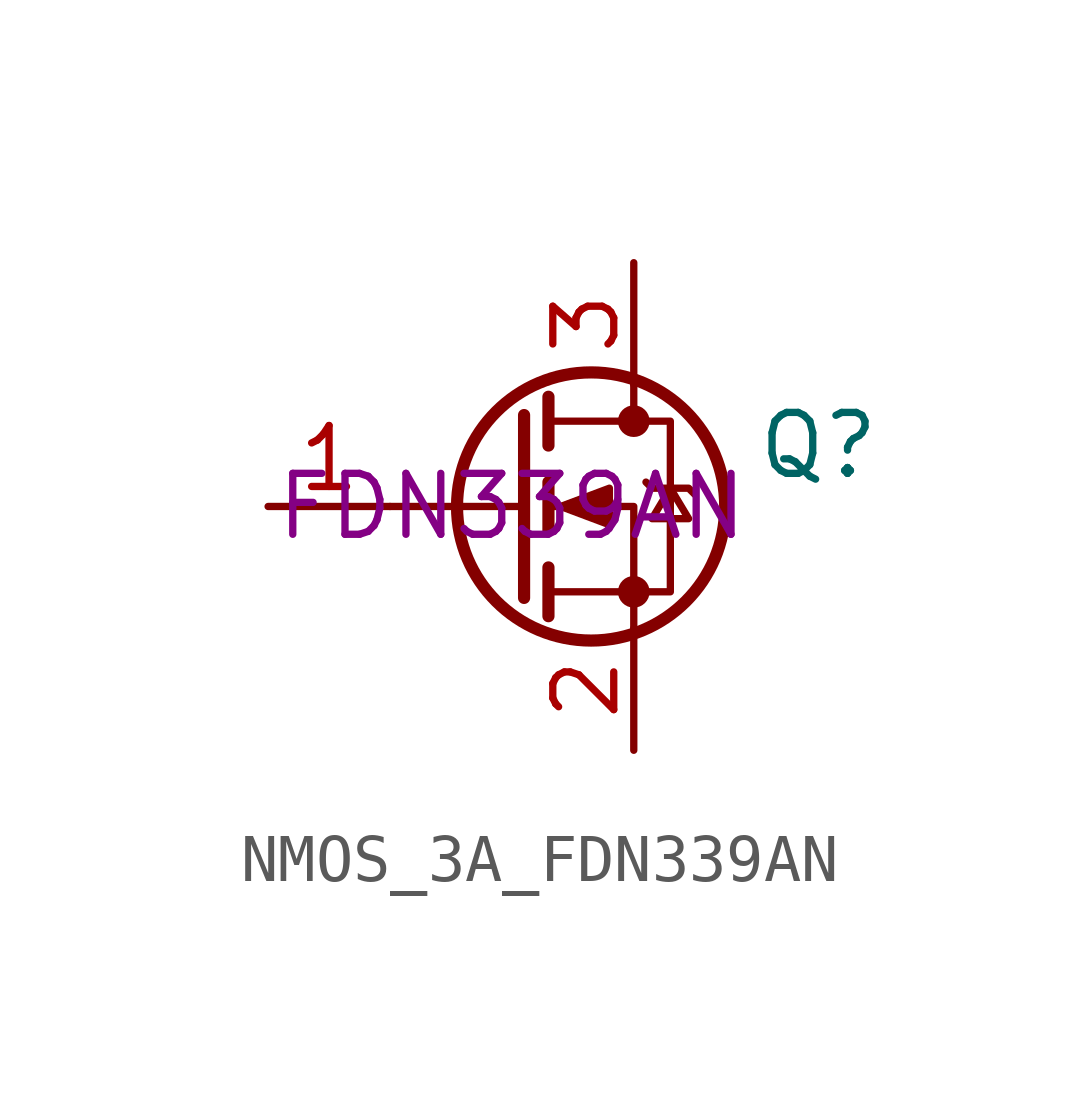
<source format=kicad_sym>
(kicad_symbol_lib
  (version 20241209)
  (generator "kicad_symbol_editor")
  (generator_version "9.0")
  (symbol "NMOS_3A_FDN339AN"
    (pin_names
      (offset 0)
      (hide yes))
    (property "Reference" "Q"
      (at 5.08 1.27 0)
      (effects (font (size 1.27 1.27)) (justify left)))
    (property "MPN" "FDN339AN"
      (at 0 0 0)
      (effects (font (size 1.27 1.27))))
    (symbol "NMOS_3A_FDN339AN_0_1"
      (polyline (pts (xy 0.254 1.905) (xy 0.254 -1.905)) (stroke (width 0.254) (type default)) (fill (type none)))
      (polyline (pts (xy 0.254 0) (xy -2.54 0)) (stroke (width 0) (type default)) (fill (type none)))
      (polyline (pts (xy 0.762 2.286) (xy 0.762 1.27)) (stroke (width 0.254) (type default)) (fill (type none)))
      (polyline (pts (xy 0.762 0.508) (xy 0.762 -0.508)) (stroke (width 0.254) (type default)) (fill (type none)))
      (polyline (pts (xy 0.762 -1.27) (xy 0.762 -2.286)) (stroke (width 0.254) (type default)) (fill (type none)))
      (polyline (pts (xy 0.762 -1.778) (xy 3.302 -1.778) (xy 3.302 1.778) (xy 0.762 1.778)) (stroke (width 0) (type default)) (fill (type none)))
      (polyline (pts (xy 1.016 0) (xy 2.032 0.381) (xy 2.032 -0.381) (xy 1.016 0)) (stroke (width 0) (type default)) (fill (type outline)))
      (circle (center 1.651 0) (radius 2.794) (stroke (width 0.254) (type default)) (fill (type none)))
      (polyline (pts (xy 2.54 2.54) (xy 2.54 1.778)) (stroke (width 0) (type default)) (fill (type none)))
      (circle (center 2.54 1.778) (radius 0.254) (stroke (width 0) (type default)) (fill (type outline)))
      (circle (center 2.54 -1.778) (radius 0.254) (stroke (width 0) (type default)) (fill (type outline)))
      (polyline (pts (xy 2.54 -2.54) (xy 2.54 0) (xy 0.762 0)) (stroke (width 0) (type default)) (fill (type none)))
      (polyline (pts (xy 2.794 0.508) (xy 2.921 0.381) (xy 3.683 0.381) (xy 3.81 0.254)) (stroke (width 0) (type default)) (fill (type none)))
      (polyline (pts (xy 3.302 0.381) (xy 2.921 -0.254) (xy 3.683 -0.254) (xy 3.302 0.381)) (stroke (width 0) (type default)) (fill (type none))))
    (symbol "NMOS_3A_FDN339AN_1_1"
      (pin input line (at -5.08 0 0) (length 2.54) (name "G" (effects (font (size 1.27 1.27)))) (number "1" (effects (font (size 1.27 1.27)))))
      (pin passive line (at 2.54 5.08 270) (length 2.54) (name "D" (effects (font (size 1.27 1.27)))) (number "3" (effects (font (size 1.27 1.27)))))
      (pin passive line (at 2.54 -5.08 90) (length 2.54) (name "S" (effects (font (size 1.27 1.27)))) (number "2" (effects (font (size 1.27 1.27))))))))
</source>
